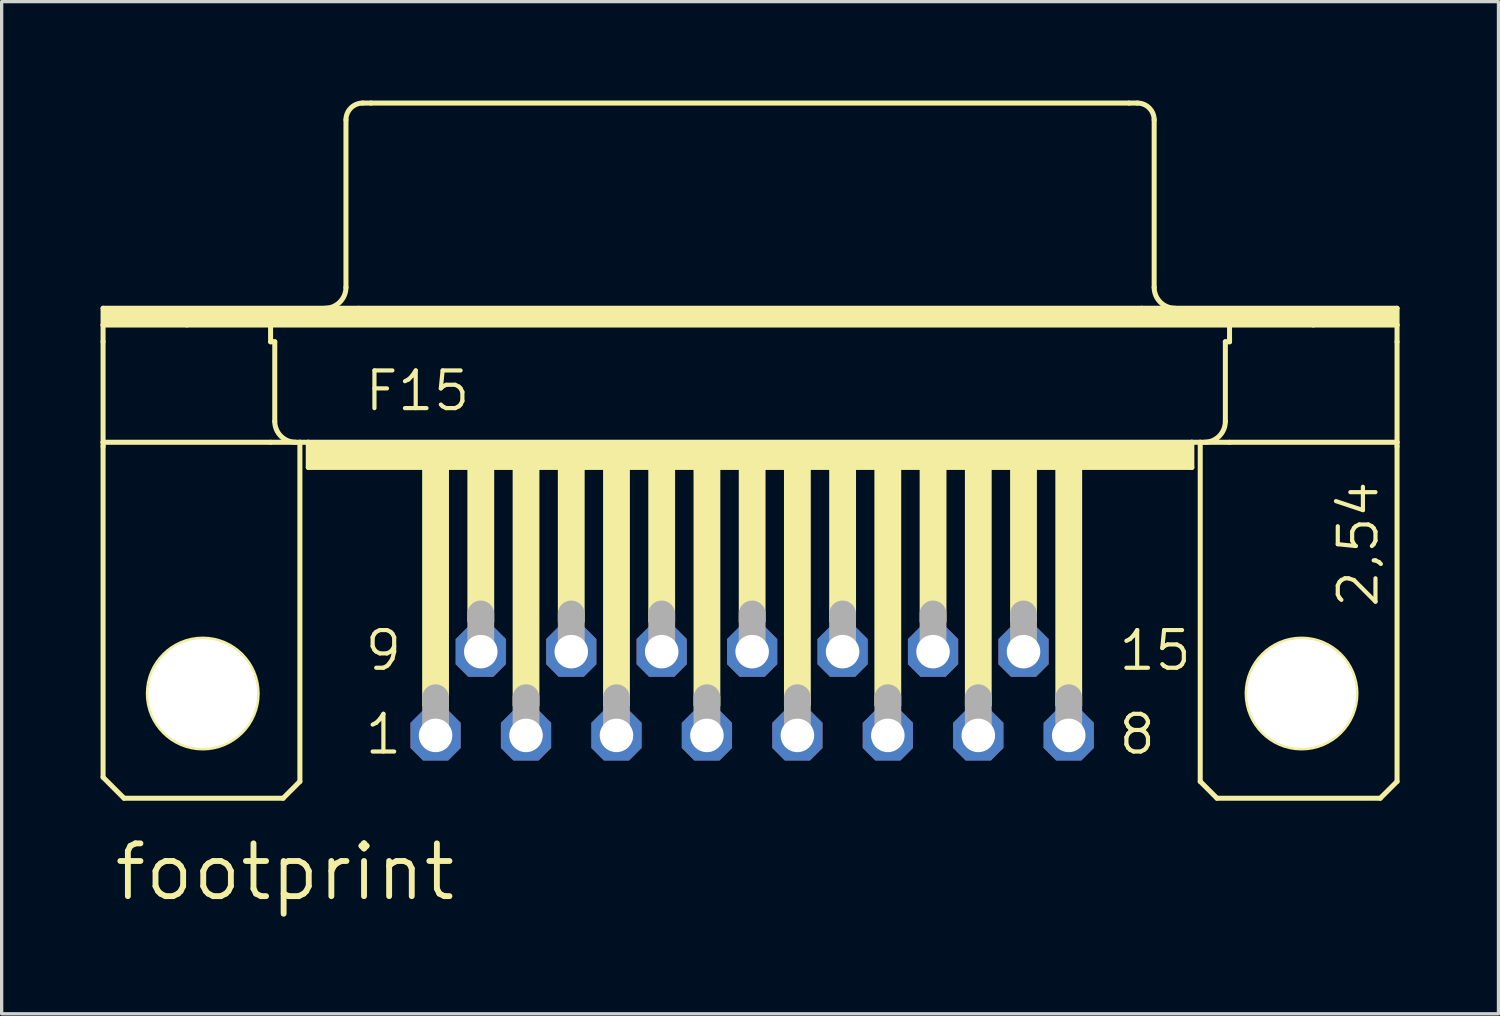
<source format=kicad_pcb>
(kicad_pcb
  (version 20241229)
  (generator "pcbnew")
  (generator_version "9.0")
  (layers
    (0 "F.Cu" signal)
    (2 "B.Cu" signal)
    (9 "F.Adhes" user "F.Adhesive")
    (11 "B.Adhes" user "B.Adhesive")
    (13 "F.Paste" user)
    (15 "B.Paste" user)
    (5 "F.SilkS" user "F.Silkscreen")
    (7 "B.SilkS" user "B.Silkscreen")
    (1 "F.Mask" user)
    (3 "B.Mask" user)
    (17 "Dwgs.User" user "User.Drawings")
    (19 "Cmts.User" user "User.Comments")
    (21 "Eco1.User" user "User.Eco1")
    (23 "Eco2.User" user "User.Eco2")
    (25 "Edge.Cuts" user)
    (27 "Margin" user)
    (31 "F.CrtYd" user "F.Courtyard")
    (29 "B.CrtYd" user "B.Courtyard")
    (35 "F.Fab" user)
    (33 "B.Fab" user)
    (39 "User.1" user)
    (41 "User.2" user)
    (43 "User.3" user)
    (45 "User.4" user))
  (footprint "footprint"
    (layer "F.Cu")
    (at 19.761 17.983)
    (property "Reference" "footprint" (at -19.431 6.35 0) (layer "F.SilkS") (effects (font (size 1.6 1.6) (thickness 0.178)) (justify left bottom)))
    (fp_line (start -19.685 -11.684) (end -11.938 -11.684) (stroke (width 0.152) (type solid)) (layer "F.SilkS"))
    (fp_line (start -19.685 -11.176) (end -19.685 -11.684) (stroke (width 0.152) (type solid)) (layer "F.SilkS"))
    (fp_line (start -19.685 -11.176) (end -17.145 -11.176) (stroke (width 0.152) (type solid)) (layer "F.SilkS"))
    (fp_line (start -19.685 -10.668) (end -19.685 -11.176) (stroke (width 0.152) (type solid)) (layer "F.SilkS"))
    (fp_line (start -19.685 -7.62) (end -19.685 -10.668) (stroke (width 0.152) (type solid)) (layer "F.SilkS"))
    (fp_line (start -19.685 -7.62) (end -19.685 -7.493) (stroke (width 0.152) (type solid)) (layer "F.SilkS"))
    (fp_line (start -19.685 -7.62) (end -14.605 -7.62) (stroke (width 0.152) (type solid)) (layer "F.SilkS"))
    (fp_line (start -19.685 2.54) (end -19.685 -7.493) (stroke (width 0.152) (type solid)) (layer "F.SilkS"))
    (fp_line (start -19.05 3.175) (end -19.685 2.54) (stroke (width 0.152) (type solid)) (layer "F.SilkS"))
    (fp_line (start -17.145 -11.176) (end -14.605 -11.176) (stroke (width 0.152) (type solid)) (layer "F.SilkS"))
    (fp_line (start -14.605 -11.176) (end 14.478 -11.176) (stroke (width 0.152) (type solid)) (layer "F.SilkS"))
    (fp_line (start -14.605 -10.668) (end -14.605 -11.176) (stroke (width 0.152) (type solid)) (layer "F.SilkS"))
    (fp_line (start -14.605 -10.668) (end -14.478 -10.668) (stroke (width 0.152) (type solid)) (layer "F.SilkS"))
    (fp_line (start -14.605 -7.62) (end -13.716 -7.62) (stroke (width 0.152) (type solid)) (layer "F.SilkS"))
    (fp_line (start -14.478 -8.255) (end -14.478 -10.668) (stroke (width 0.152) (type solid)) (layer "F.SilkS"))
    (fp_line (start -14.224 3.175) (end -19.05 3.175) (stroke (width 0.152) (type solid)) (layer "F.SilkS"))
    (fp_line (start -14.224 3.175) (end -13.716 2.667) (stroke (width 0.152) (type solid)) (layer "F.SilkS"))
    (fp_line (start -13.716 -7.62) (end -13.462 -7.62) (stroke (width 0.152) (type solid)) (layer "F.SilkS"))
    (fp_line (start -13.716 2.667) (end -13.716 -7.62) (stroke (width 0.152) (type solid)) (layer "F.SilkS"))
    (fp_line (start -13.462 -7.62) (end -13.462 -6.858) (stroke (width 0.152) (type solid)) (layer "F.SilkS"))
    (fp_line (start -13.462 -7.62) (end 13.335 -7.62) (stroke (width 0.152) (type solid)) (layer "F.SilkS"))
    (fp_line (start -13.462 -6.858) (end 13.335 -6.858) (stroke (width 0.152) (type solid)) (layer "F.SilkS"))
    (fp_line (start -12.319 -12.319) (end -12.319 -17.399) (stroke (width 0.152) (type solid)) (layer "F.SilkS"))
    (fp_line (start -11.938 -11.684) (end 11.811 -11.684) (stroke (width 0.152) (type solid)) (layer "F.SilkS"))
    (fp_line (start -11.811 -17.907) (end -11.557 -17.907) (stroke (width 0.152) (type solid)) (layer "F.SilkS"))
    (fp_line (start -11.557 -17.907) (end 11.43 -17.907) (stroke (width 0.152) (type solid)) (layer "F.SilkS"))
    (fp_line (start 11.43 -17.907) (end 11.684 -17.907) (stroke (width 0.152) (type solid)) (layer "F.SilkS"))
    (fp_line (start 11.811 -11.684) (end 19.558 -11.684) (stroke (width 0.152) (type solid)) (layer "F.SilkS"))
    (fp_line (start 12.192 -12.319) (end 12.192 -17.399) (stroke (width 0.152) (type solid)) (layer "F.SilkS"))
    (fp_line (start 13.335 -7.62) (end 13.335 -6.858) (stroke (width 0.152) (type solid)) (layer "F.SilkS"))
    (fp_line (start 13.335 -7.62) (end 13.589 -7.62) (stroke (width 0.152) (type solid)) (layer "F.SilkS"))
    (fp_line (start 13.589 -7.62) (end 14.478 -7.62) (stroke (width 0.152) (type solid)) (layer "F.SilkS"))
    (fp_line (start 13.589 2.667) (end 13.589 -7.62) (stroke (width 0.152) (type solid)) (layer "F.SilkS"))
    (fp_line (start 13.589 2.667) (end 14.097 3.175) (stroke (width 0.152) (type solid)) (layer "F.SilkS"))
    (fp_line (start 14.097 3.175) (end 19.05 3.175) (stroke (width 0.152) (type solid)) (layer "F.SilkS"))
    (fp_line (start 14.351 -10.668) (end 14.478 -10.668) (stroke (width 0.152) (type solid)) (layer "F.SilkS"))
    (fp_line (start 14.351 -8.255) (end 14.351 -10.668) (stroke (width 0.152) (type solid)) (layer "F.SilkS"))
    (fp_line (start 14.478 -11.176) (end 17.018 -11.176) (stroke (width 0.152) (type solid)) (layer "F.SilkS"))
    (fp_line (start 14.478 -10.668) (end 14.478 -11.176) (stroke (width 0.152) (type solid)) (layer "F.SilkS"))
    (fp_line (start 14.478 -7.62) (end 19.558 -7.62) (stroke (width 0.152) (type solid)) (layer "F.SilkS"))
    (fp_line (start 17.018 -11.176) (end 19.558 -11.176) (stroke (width 0.152) (type solid)) (layer "F.SilkS"))
    (fp_line (start 19.05 3.175) (end 19.558 2.667) (stroke (width 0.152) (type solid)) (layer "F.SilkS"))
    (fp_line (start 19.558 -11.684) (end 19.558 -11.176) (stroke (width 0.152) (type solid)) (layer "F.SilkS"))
    (fp_line (start 19.558 -11.176) (end 19.558 -10.668) (stroke (width 0.152) (type solid)) (layer "F.SilkS"))
    (fp_line (start 19.558 -10.668) (end 19.558 -7.62) (stroke (width 0.152) (type solid)) (layer "F.SilkS"))
    (fp_line (start 19.558 -7.62) (end 19.558 -7.493) (stroke (width 0.152) (type solid)) (layer "F.SilkS"))
    (fp_line (start 19.558 2.667) (end 19.558 -7.493) (stroke (width 0.152) (type solid)) (layer "F.SilkS"))
    (fp_arc (start -13.843 -7.62) (mid -14.292013 -7.805987) (end -14.478 -8.255) (stroke (width 0.1524) (type solid)) (layer "F.SilkS"))
    (fp_arc (start -12.319 -17.399) (mid -12.17021 -17.75821) (end -11.811 -17.907) (stroke (width 0.1524) (type solid)) (layer "F.SilkS"))
    (fp_arc (start -12.319 -12.319) (mid -12.504987 -11.869987) (end -12.954 -11.684) (stroke (width 0.1524) (type solid)) (layer "F.SilkS"))
    (fp_arc (start 11.684 -17.907) (mid 12.04321 -17.75821) (end 12.192 -17.399) (stroke (width 0.1524) (type solid)) (layer "F.SilkS"))
    (fp_arc (start 12.827 -11.684) (mid 12.377987 -11.869987) (end 12.192 -12.319) (stroke (width 0.1524) (type solid)) (layer "F.SilkS"))
    (fp_arc (start 14.351 -8.255) (mid 14.165013 -7.805987) (end 13.716 -7.62) (stroke (width 0.1524) (type solid)) (layer "F.SilkS"))
    (fp_circle (center -16.662 0) (end -15.011 0) (stroke (width 0.152) (type solid)) (fill no) (layer "F.SilkS"))
    (fp_circle (center 16.662 0) (end 18.313 0) (stroke (width 0.152) (type solid)) (fill no) (layer "F.SilkS"))
    (fp_poly (pts (xy -19.685 -11.176) (xy 19.558 -11.176) (xy 19.558 -11.684) (xy -19.685 -11.684)) (stroke (width 0) (type solid)) (fill yes) (layer "F.SilkS"))
    (fp_poly (pts (xy -13.462 -6.858) (xy 13.335 -6.858) (xy 13.335 -7.62) (xy -13.462 -7.62)) (stroke (width 0) (type solid)) (fill yes) (layer "F.SilkS"))
    (fp_poly (pts (xy -10.008 0.381) (xy -9.195 0.381) (xy -9.195 -6.858) (xy -10.008 -6.858)) (stroke (width 0) (type solid)) (fill yes) (layer "F.SilkS"))
    (fp_poly (pts (xy -8.636 -2.159) (xy -7.823 -2.159) (xy -7.823 -6.858) (xy -8.636 -6.858)) (stroke (width 0) (type solid)) (fill yes) (layer "F.SilkS"))
    (fp_poly (pts (xy -7.264 0.381) (xy -6.452 0.381) (xy -6.452 -6.858) (xy -7.264 -6.858)) (stroke (width 0) (type solid)) (fill yes) (layer "F.SilkS"))
    (fp_poly (pts (xy -5.893 -2.159) (xy -5.08 -2.159) (xy -5.08 -6.858) (xy -5.893 -6.858)) (stroke (width 0) (type solid)) (fill yes) (layer "F.SilkS"))
    (fp_poly (pts (xy -4.521 0.381) (xy -3.708 0.381) (xy -3.708 -6.858) (xy -4.521 -6.858)) (stroke (width 0) (type solid)) (fill yes) (layer "F.SilkS"))
    (fp_poly (pts (xy -3.15 -2.159) (xy -2.337 -2.159) (xy -2.337 -6.858) (xy -3.15 -6.858)) (stroke (width 0) (type solid)) (fill yes) (layer "F.SilkS"))
    (fp_poly (pts (xy -1.778 0.381) (xy -0.965 0.381) (xy -0.965 -6.858) (xy -1.778 -6.858)) (stroke (width 0) (type solid)) (fill yes) (layer "F.SilkS"))
    (fp_poly (pts (xy -0.406 -2.159) (xy 0.406 -2.159) (xy 0.406 -6.858) (xy -0.406 -6.858)) (stroke (width 0) (type solid)) (fill yes) (layer "F.SilkS"))
    (fp_poly (pts (xy 0.965 0.381) (xy 1.778 0.381) (xy 1.778 -6.858) (xy 0.965 -6.858)) (stroke (width 0) (type solid)) (fill yes) (layer "F.SilkS"))
    (fp_poly (pts (xy 2.337 -2.159) (xy 3.15 -2.159) (xy 3.15 -6.858) (xy 2.337 -6.858)) (stroke (width 0) (type solid)) (fill yes) (layer "F.SilkS"))
    (fp_poly (pts (xy 3.708 0.381) (xy 4.521 0.381) (xy 4.521 -6.858) (xy 3.708 -6.858)) (stroke (width 0) (type solid)) (fill yes) (layer "F.SilkS"))
    (fp_poly (pts (xy 5.08 -2.159) (xy 5.893 -2.159) (xy 5.893 -6.858) (xy 5.08 -6.858)) (stroke (width 0) (type solid)) (fill yes) (layer "F.SilkS"))
    (fp_poly (pts (xy 6.452 0.381) (xy 7.264 0.381) (xy 7.264 -6.858) (xy 6.452 -6.858)) (stroke (width 0) (type solid)) (fill yes) (layer "F.SilkS"))
    (fp_poly (pts (xy 7.823 -2.159) (xy 8.636 -2.159) (xy 8.636 -6.858) (xy 7.823 -6.858)) (stroke (width 0) (type solid)) (fill yes) (layer "F.SilkS"))
    (fp_poly (pts (xy 9.195 0.381) (xy 10.008 0.381) (xy 10.008 -6.858) (xy 9.195 -6.858)) (stroke (width 0) (type solid)) (fill yes) (layer "F.SilkS"))
    (fp_line (start -9.601 1.143) (end -9.601 0.127) (stroke (width 0.813) (type solid)) (layer "F.Fab"))
    (fp_line (start -8.23 -1.397) (end -8.23 -2.413) (stroke (width 0.813) (type solid)) (layer "F.Fab"))
    (fp_line (start -6.858 1.143) (end -6.858 0.127) (stroke (width 0.813) (type solid)) (layer "F.Fab"))
    (fp_line (start -5.486 -1.397) (end -5.486 -2.413) (stroke (width 0.813) (type solid)) (layer "F.Fab"))
    (fp_line (start -4.115 1.143) (end -4.115 0.127) (stroke (width 0.813) (type solid)) (layer "F.Fab"))
    (fp_line (start -2.743 -1.397) (end -2.743 -2.413) (stroke (width 0.813) (type solid)) (layer "F.Fab"))
    (fp_line (start -1.372 1.143) (end -1.372 0.127) (stroke (width 0.813) (type solid)) (layer "F.Fab"))
    (fp_line (start 0 -1.397) (end 0 -2.413) (stroke (width 0.813) (type solid)) (layer "F.Fab"))
    (fp_line (start 1.372 1.143) (end 1.372 0.127) (stroke (width 0.813) (type solid)) (layer "F.Fab"))
    (fp_line (start 2.743 -1.397) (end 2.743 -2.413) (stroke (width 0.813) (type solid)) (layer "F.Fab"))
    (fp_line (start 4.115 1.143) (end 4.115 0.127) (stroke (width 0.813) (type solid)) (layer "F.Fab"))
    (fp_line (start 5.486 -1.397) (end 5.486 -2.413) (stroke (width 0.813) (type solid)) (layer "F.Fab"))
    (fp_line (start 6.858 1.143) (end 6.858 0.127) (stroke (width 0.813) (type solid)) (layer "F.Fab"))
    (fp_line (start 8.23 -1.397) (end 8.23 -2.413) (stroke (width 0.813) (type solid)) (layer "F.Fab"))
    (fp_line (start 9.601 1.143) (end 9.601 0.127) (stroke (width 0.813) (type solid)) (layer "F.Fab"))
    (fp_text user "1" (at -11.811 1.905 0) (layer "F.SilkS") (effects (font (size 1.143 1.143) (thickness 0.127)) (justify left bottom)))
    (fp_text user "8" (at 11.049 1.905 0) (layer "F.SilkS") (effects (font (size 1.143 1.143) (thickness 0.127)) (justify left bottom)))
    (fp_text user "2,54" (at 19.05 -2.54 90) (layer "F.SilkS") (effects (font (size 1.143 1.143) (thickness 0.127)) (justify left bottom)))
    (fp_text user "15" (at 11.049 -0.635 0) (layer "F.SilkS") (effects (font (size 1.143 1.143) (thickness 0.127)) (justify left bottom)))
    (fp_text user "F15" (at -11.811 -8.509 0) (layer "F.SilkS") (effects (font (size 1.143 1.143) (thickness 0.127)) (justify left bottom)))
    (fp_text user "9" (at -11.811 -0.635 0) (layer "F.SilkS") (effects (font (size 1.143 1.143) (thickness 0.127)) (justify left bottom)))
    (pad "" np_thru_hole circle (at -16.662 0) (size 3.302 3.302) (drill 3.302) (layers "*.Cu" "*.Mask"))
    (pad "" np_thru_hole circle (at 16.662 0) (size 3.302 3.302) (drill 3.302) (layers "*.Cu" "*.Mask"))
    (pad "1" thru_hole roundrect (at -9.601 1.27) (size 1.524 1.524) (drill 1.016) (layers "*.Cu" "*.Mask") (roundrect_rratio 0.25) (chamfer_ratio 0.25) (chamfer top_left top_right bottom_left bottom_right))
    (pad "2" thru_hole roundrect (at -6.858 1.27) (size 1.524 1.524) (drill 1.016) (layers "*.Cu" "*.Mask") (roundrect_rratio 0.25) (chamfer_ratio 0.25) (chamfer top_left top_right bottom_left bottom_right))
    (pad "3" thru_hole roundrect (at -4.115 1.27) (size 1.524 1.524) (drill 1.016) (layers "*.Cu" "*.Mask") (roundrect_rratio 0.25) (chamfer_ratio 0.25) (chamfer top_left top_right bottom_left bottom_right))
    (pad "4" thru_hole roundrect (at -1.372 1.27) (size 1.524 1.524) (drill 1.016) (layers "*.Cu" "*.Mask") (roundrect_rratio 0.25) (chamfer_ratio 0.25) (chamfer top_left top_right bottom_left bottom_right))
    (pad "5" thru_hole roundrect (at 1.372 1.27) (size 1.524 1.524) (drill 1.016) (layers "*.Cu" "*.Mask") (roundrect_rratio 0.25) (chamfer_ratio 0.25) (chamfer top_left top_right bottom_left bottom_right))
    (pad "6" thru_hole roundrect (at 4.115 1.27) (size 1.524 1.524) (drill 1.016) (layers "*.Cu" "*.Mask") (roundrect_rratio 0.25) (chamfer_ratio 0.25) (chamfer top_left top_right bottom_left bottom_right))
    (pad "7" thru_hole roundrect (at 6.858 1.27) (size 1.524 1.524) (drill 1.016) (layers "*.Cu" "*.Mask") (roundrect_rratio 0.25) (chamfer_ratio 0.25) (chamfer top_left top_right bottom_left bottom_right))
    (pad "8" thru_hole roundrect (at 9.601 1.27) (size 1.524 1.524) (drill 1.016) (layers "*.Cu" "*.Mask") (roundrect_rratio 0.25) (chamfer_ratio 0.25) (chamfer top_left top_right bottom_left bottom_right))
    (pad "9" thru_hole roundrect (at -8.23 -1.27) (size 1.524 1.524) (drill 1.016) (layers "*.Cu" "*.Mask") (roundrect_rratio 0.25) (chamfer_ratio 0.25) (chamfer top_left top_right bottom_left bottom_right))
    (pad "10" thru_hole roundrect (at -5.486 -1.27) (size 1.524 1.524) (drill 1.016) (layers "*.Cu" "*.Mask") (roundrect_rratio 0.25) (chamfer_ratio 0.25) (chamfer top_left top_right bottom_left bottom_right))
    (pad "11" thru_hole roundrect (at -2.743 -1.27) (size 1.524 1.524) (drill 1.016) (layers "*.Cu" "*.Mask") (roundrect_rratio 0.25) (chamfer_ratio 0.25) (chamfer top_left top_right bottom_left bottom_right))
    (pad "12" thru_hole roundrect (at 0 -1.27) (size 1.524 1.524) (drill 1.016) (layers "*.Cu" "*.Mask") (roundrect_rratio 0.25) (chamfer_ratio 0.25) (chamfer top_left top_right bottom_left bottom_right))
    (pad "13" thru_hole roundrect (at 2.743 -1.27) (size 1.524 1.524) (drill 1.016) (layers "*.Cu" "*.Mask") (roundrect_rratio 0.25) (chamfer_ratio 0.25) (chamfer top_left top_right bottom_left bottom_right))
    (pad "14" thru_hole roundrect (at 5.486 -1.27) (size 1.524 1.524) (drill 1.016) (layers "*.Cu" "*.Mask") (roundrect_rratio 0.25) (chamfer_ratio 0.25) (chamfer top_left top_right bottom_left bottom_right))
    (pad "15" thru_hole roundrect (at 8.23 -1.27) (size 1.524 1.524) (drill 1.016) (layers "*.Cu" "*.Mask") (roundrect_rratio 0.25) (chamfer_ratio 0.25) (chamfer top_left top_right bottom_left bottom_right))
    (zone (net_name "") (layers "F.Cu" "B.Cu") (hatch edge 0.508) (connect_pads) (min_thickness 0.254) (filled_areas_thickness no) (keepout (tracks allowed) (vias not_allowed) (pads allowed) (copperpour allowed) (footprints allowed)) (placement (enabled no)) (fill) (polygon (pts (xy 5.766 17.983) (xy 5.725 17.52) (xy 5.605 17.071) (xy 5.408 16.65) (xy 5.142 16.269) (xy 4.813 15.94) (xy 4.432 15.674) (xy 4.011 15.477) (xy 3.562 15.357) (xy 3.099 15.316) (xy 2.636 15.357) (xy 2.187 15.477) (xy 1.765 15.674) (xy 1.384 15.94) (xy 1.056 16.269) (xy 0.789 16.65) (xy 0.593 17.071) (xy 0.472 17.52) (xy 0.432 17.983) (xy 0.472 18.446) (xy 0.593 18.895) (xy 0.789 19.317) (xy 1.056 19.698) (xy 1.384 20.026) (xy 1.765 20.293) (xy 2.187 20.489) (xy 2.636 20.61) (xy 3.099 20.65) (xy 3.562 20.61) (xy 4.011 20.489) (xy 4.432 20.293) (xy 4.813 20.026) (xy 5.142 19.698) (xy 5.408 19.317) (xy 5.605 18.895) (xy 5.725 18.446))))
    (zone (net_name "") (layers "F.Cu" "B.Cu") (hatch edge 0.508) (connect_pads) (min_thickness 0.254) (filled_areas_thickness no) (keepout (tracks allowed) (vias not_allowed) (pads allowed) (copperpour allowed) (footprints allowed)) (placement (enabled no)) (fill) (polygon (pts (xy 39.091 17.983) (xy 39.05 17.52) (xy 38.93 17.071) (xy 38.733 16.65) (xy 38.467 16.269) (xy 38.138 15.94) (xy 37.757 15.674) (xy 37.336 15.477) (xy 36.887 15.357) (xy 36.424 15.316) (xy 35.96 15.357) (xy 35.511 15.477) (xy 35.09 15.674) (xy 34.709 15.94) (xy 34.381 16.269) (xy 34.114 16.65) (xy 33.917 17.071) (xy 33.797 17.52) (xy 33.757 17.983) (xy 33.797 18.446) (xy 33.917 18.895) (xy 34.114 19.317) (xy 34.381 19.698) (xy 34.709 20.026) (xy 35.09 20.293) (xy 35.511 20.489) (xy 35.96 20.61) (xy 36.424 20.65) (xy 36.887 20.61) (xy 37.336 20.489) (xy 37.757 20.293) (xy 38.138 20.026) (xy 38.467 19.698) (xy 38.733 19.317) (xy 38.93 18.895) (xy 39.05 18.446))))
    (zone (net_name "") (layer "B.Cu") (hatch edge 0.508) (connect_pads) (min_thickness 0.254) (filled_areas_thickness no) (keepout (tracks not_allowed) (vias not_allowed) (pads not_allowed) (copperpour not_allowed) (footprints allowed)) (placement (enabled no)) (fill) (polygon (pts (xy 5.766 17.983) (xy 5.725 17.52) (xy 5.605 17.071) (xy 5.408 16.65) (xy 5.142 16.269) (xy 4.813 15.94) (xy 4.432 15.674) (xy 4.011 15.477) (xy 3.562 15.357) (xy 3.099 15.316) (xy 2.636 15.357) (xy 2.187 15.477) (xy 1.765 15.674) (xy 1.384 15.94) (xy 1.056 16.269) (xy 0.789 16.65) (xy 0.593 17.071) (xy 0.472 17.52) (xy 0.432 17.983) (xy 0.472 18.446) (xy 0.593 18.895) (xy 0.789 19.317) (xy 1.056 19.698) (xy 1.384 20.026) (xy 1.765 20.293) (xy 2.187 20.489) (xy 2.636 20.61) (xy 3.099 20.65) (xy 3.562 20.61) (xy 4.011 20.489) (xy 4.432 20.293) (xy 4.813 20.026) (xy 5.142 19.698) (xy 5.408 19.317) (xy 5.605 18.895) (xy 5.725 18.446))))
    (zone (net_name "") (layer "B.Cu") (hatch edge 0.508) (connect_pads) (min_thickness 0.254) (filled_areas_thickness no) (keepout (tracks not_allowed) (vias not_allowed) (pads not_allowed) (copperpour not_allowed) (footprints allowed)) (placement (enabled no)) (fill) (polygon (pts (xy 39.091 17.983) (xy 39.05 17.52) (xy 38.93 17.071) (xy 38.733 16.65) (xy 38.467 16.269) (xy 38.138 15.94) (xy 37.757 15.674) (xy 37.336 15.477) (xy 36.887 15.357) (xy 36.424 15.316) (xy 35.96 15.357) (xy 35.511 15.477) (xy 35.09 15.674) (xy 34.709 15.94) (xy 34.381 16.269) (xy 34.114 16.65) (xy 33.917 17.071) (xy 33.797 17.52) (xy 33.757 17.983) (xy 33.797 18.446) (xy 33.917 18.895) (xy 34.114 19.317) (xy 34.381 19.698) (xy 34.709 20.026) (xy 35.09 20.293) (xy 35.511 20.489) (xy 35.96 20.61) (xy 36.424 20.65) (xy 36.887 20.61) (xy 37.336 20.489) (xy 37.757 20.293) (xy 38.138 20.026) (xy 38.467 19.698) (xy 38.733 19.317) (xy 38.93 18.895) (xy 39.05 18.446)))))
  (gr_rect
    (start -3 -3)
    (end 42.395 27.696)
    (stroke (width 0.1) (type default))
    (fill no)
    (layer "Edge.Cuts")))
</source>
